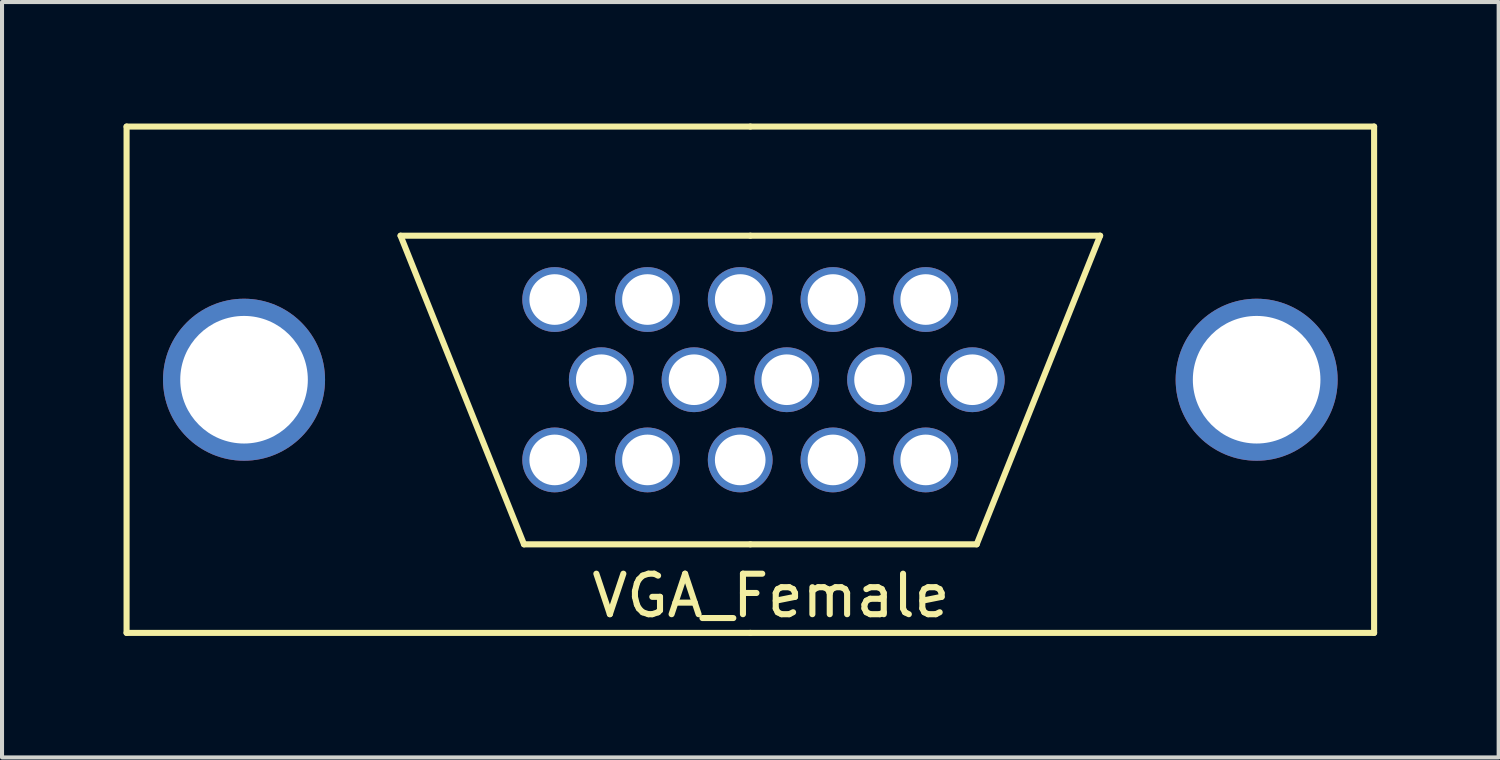
<source format=kicad_pcb>
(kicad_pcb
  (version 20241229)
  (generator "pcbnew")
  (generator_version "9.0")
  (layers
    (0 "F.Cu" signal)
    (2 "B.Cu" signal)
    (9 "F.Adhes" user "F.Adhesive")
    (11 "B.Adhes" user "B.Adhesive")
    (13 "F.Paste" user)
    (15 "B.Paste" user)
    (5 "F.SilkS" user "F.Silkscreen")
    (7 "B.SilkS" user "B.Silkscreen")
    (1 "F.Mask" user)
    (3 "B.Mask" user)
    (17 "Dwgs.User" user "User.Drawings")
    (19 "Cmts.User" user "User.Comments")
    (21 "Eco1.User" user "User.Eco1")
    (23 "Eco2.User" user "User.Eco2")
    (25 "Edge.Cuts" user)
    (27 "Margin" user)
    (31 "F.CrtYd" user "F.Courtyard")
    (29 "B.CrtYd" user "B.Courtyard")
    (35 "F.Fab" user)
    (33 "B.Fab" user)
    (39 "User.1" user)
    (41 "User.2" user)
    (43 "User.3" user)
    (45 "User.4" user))
  (footprint "VGA_Female"
    (layer "F.Cu")
    (at 15.475 6.325)
    (property "Reference" "VGA_Female" (at 0.508 5.334 0) (layer "F.SilkS") (effects (font (size 1 1) (thickness 0.15))))
    (attr through_hole)
    (fp_line (start -15.4 -6.25) (end -15.4 6.25) (stroke (width 0.15) (type solid)) (layer "F.SilkS"))
    (fp_line (start -15.4 -6.25) (end 0 -6.25) (stroke (width 0.15) (type solid)) (layer "F.SilkS"))
    (fp_line (start -15.4 6.25) (end 0 6.25) (stroke (width 0.15) (type solid)) (layer "F.SilkS"))
    (fp_line (start -5.588 4.064) (end -8.636 -3.556) (stroke (width 0.15) (type solid)) (layer "F.SilkS"))
    (fp_line (start 0 -6.25) (end 15.4 -6.25) (stroke (width 0.15) (type solid)) (layer "F.SilkS"))
    (fp_line (start 0 -3.556) (end -8.636 -3.556) (stroke (width 0.15) (type solid)) (layer "F.SilkS"))
    (fp_line (start 0 -3.556) (end 8.636 -3.556) (stroke (width 0.15) (type solid)) (layer "F.SilkS"))
    (fp_line (start 0 4.064) (end -5.588 4.064) (stroke (width 0.15) (type solid)) (layer "F.SilkS"))
    (fp_line (start 0 6.25) (end 15.4 6.25) (stroke (width 0.15) (type solid)) (layer "F.SilkS"))
    (fp_line (start 5.588 4.064) (end 0 4.064) (stroke (width 0.15) (type solid)) (layer "F.SilkS"))
    (fp_line (start 8.636 -3.556) (end 5.588 4.064) (stroke (width 0.15) (type solid)) (layer "F.SilkS"))
    (fp_line (start 15.4 -6.25) (end 15.4 6.25) (stroke (width 0.15) (type solid)) (layer "F.SilkS"))
    (pad "0" thru_hole circle (at -12.5 0) (size 4 4) (drill 3.15) (layers "*.Cu" "*.Mask"))
    (pad "0" thru_hole circle (at 12.5 0) (size 4 4) (drill 3.15) (layers "*.Cu" "*.Mask"))
    (pad "1" thru_hole circle (at 4.33 -1.98) (size 1.6 1.6) (drill 1.25) (layers "*.Cu" "*.Mask"))
    (pad "2" thru_hole circle (at 2.04 -1.98) (size 1.6 1.6) (drill 1.25) (layers "*.Cu" "*.Mask"))
    (pad "3" thru_hole circle (at -0.25 -1.98) (size 1.6 1.6) (drill 1.25) (layers "*.Cu" "*.Mask"))
    (pad "4" thru_hole circle (at -2.54 -1.98) (size 1.6 1.6) (drill 1.25) (layers "*.Cu" "*.Mask"))
    (pad "5" thru_hole circle (at -4.83 -1.98) (size 1.6 1.6) (drill 1.25) (layers "*.Cu" "*.Mask"))
    (pad "6" thru_hole circle (at 5.48 0) (size 1.6 1.6) (drill 1.25) (layers "*.Cu" "*.Mask"))
    (pad "7" thru_hole circle (at 3.19 0) (size 1.6 1.6) (drill 1.25) (layers "*.Cu" "*.Mask"))
    (pad "8" thru_hole circle (at 0.9 0) (size 1.6 1.6) (drill 1.25) (layers "*.Cu" "*.Mask"))
    (pad "9" thru_hole circle (at -1.39 0) (size 1.6 1.6) (drill 1.25) (layers "*.Cu" "*.Mask"))
    (pad "10" thru_hole circle (at -3.68 0) (size 1.6 1.6) (drill 1.25) (layers "*.Cu" "*.Mask"))
    (pad "11" thru_hole circle (at 4.33 1.98) (size 1.6 1.6) (drill 1.25) (layers "*.Cu" "*.Mask"))
    (pad "12" thru_hole circle (at 2.04 1.98) (size 1.6 1.6) (drill 1.25) (layers "*.Cu" "*.Mask"))
    (pad "13" thru_hole circle (at -0.25 1.98) (size 1.6 1.6) (drill 1.25) (layers "*.Cu" "*.Mask"))
    (pad "14" thru_hole circle (at -2.54 1.98) (size 1.6 1.6) (drill 1.25) (layers "*.Cu" "*.Mask"))
    (pad "15" thru_hole circle (at -4.83 1.98) (size 1.6 1.6) (drill 1.25) (layers "*.Cu" "*.Mask")))
  (gr_rect
    (start -3 -3)
    (end 33.95 15.65)
    (stroke (width 0.1) (type default))
    (fill no)
    (layer "Edge.Cuts")))
</source>
